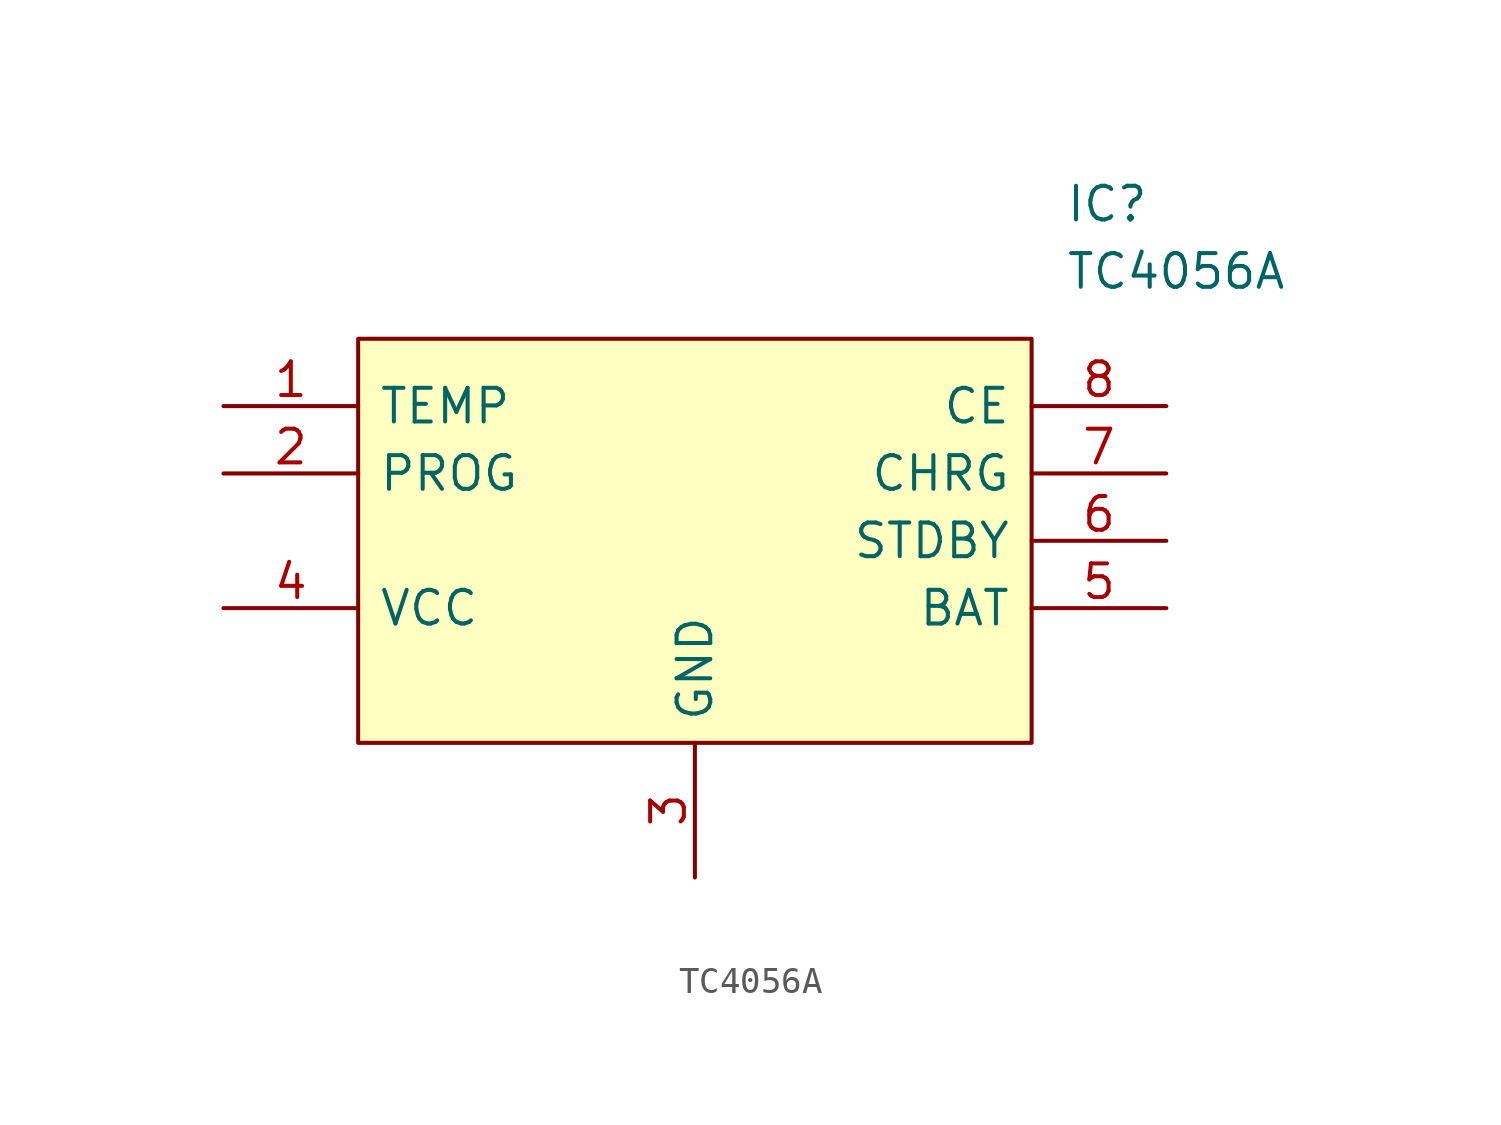
<source format=kicad_sym>
(kicad_symbol_lib
  (version 20220914)
  (generator kicad_symbol_editor)
  (symbol "TC4056A"
    (pin_names
      (offset 0.762))
    (property "Reference" "IC"
      (at 31.75 7.62 0)
      (effects (font (size 1.27 1.27)) (justify left)))
    (property "Value" "TC4056A"
      (at 31.75 5.08 0)
      (effects (font (size 1.27 1.27)) (justify left)))
    (symbol "TC4056A_0_0"
      (pin passive line (at 0 0 0) (length 5.08) (name "TEMP" (effects (font (size 1.27 1.27)))) (number "1" (effects (font (size 1.27 1.27)))))
      (pin passive line (at 0 -2.54 0) (length 5.08) (name "PROG" (effects (font (size 1.27 1.27)))) (number "2" (effects (font (size 1.27 1.27)))))
      (pin passive line (at 17.78 -17.78 90) (length 5.08) (name "GND" (effects (font (size 1.27 1.27)))) (number "3" (effects (font (size 1.27 1.27)))))
      (pin passive line (at 0 -7.62 0) (length 5.08) (name "VCC" (effects (font (size 1.27 1.27)))) (number "4" (effects (font (size 1.27 1.27)))))
      (pin passive line (at 35.56 -7.62 180) (length 5.08) (name "BAT" (effects (font (size 1.27 1.27)))) (number "5" (effects (font (size 1.27 1.27)))))
      (pin passive line (at 35.56 -5.08 180) (length 5.08) (name "STDBY" (effects (font (size 1.27 1.27)))) (number "6" (effects (font (size 1.27 1.27)))))
      (pin passive line (at 35.56 -2.54 180) (length 5.08) (name "CHRG" (effects (font (size 1.27 1.27)))) (number "7" (effects (font (size 1.27 1.27)))))
      (pin passive line (at 35.56 0 180) (length 5.08) (name "CE" (effects (font (size 1.27 1.27)))) (number "8" (effects (font (size 1.27 1.27))))))
    (symbol "TC4056A_1_1"
      (polyline (pts (xy 5.08 2.54) (xy 30.48 2.54) (xy 30.48 -12.7) (xy 5.08 -12.7) (xy 5.08 2.54)) (stroke (width 0.152) (type solid)) (fill (type background))))))
</source>
